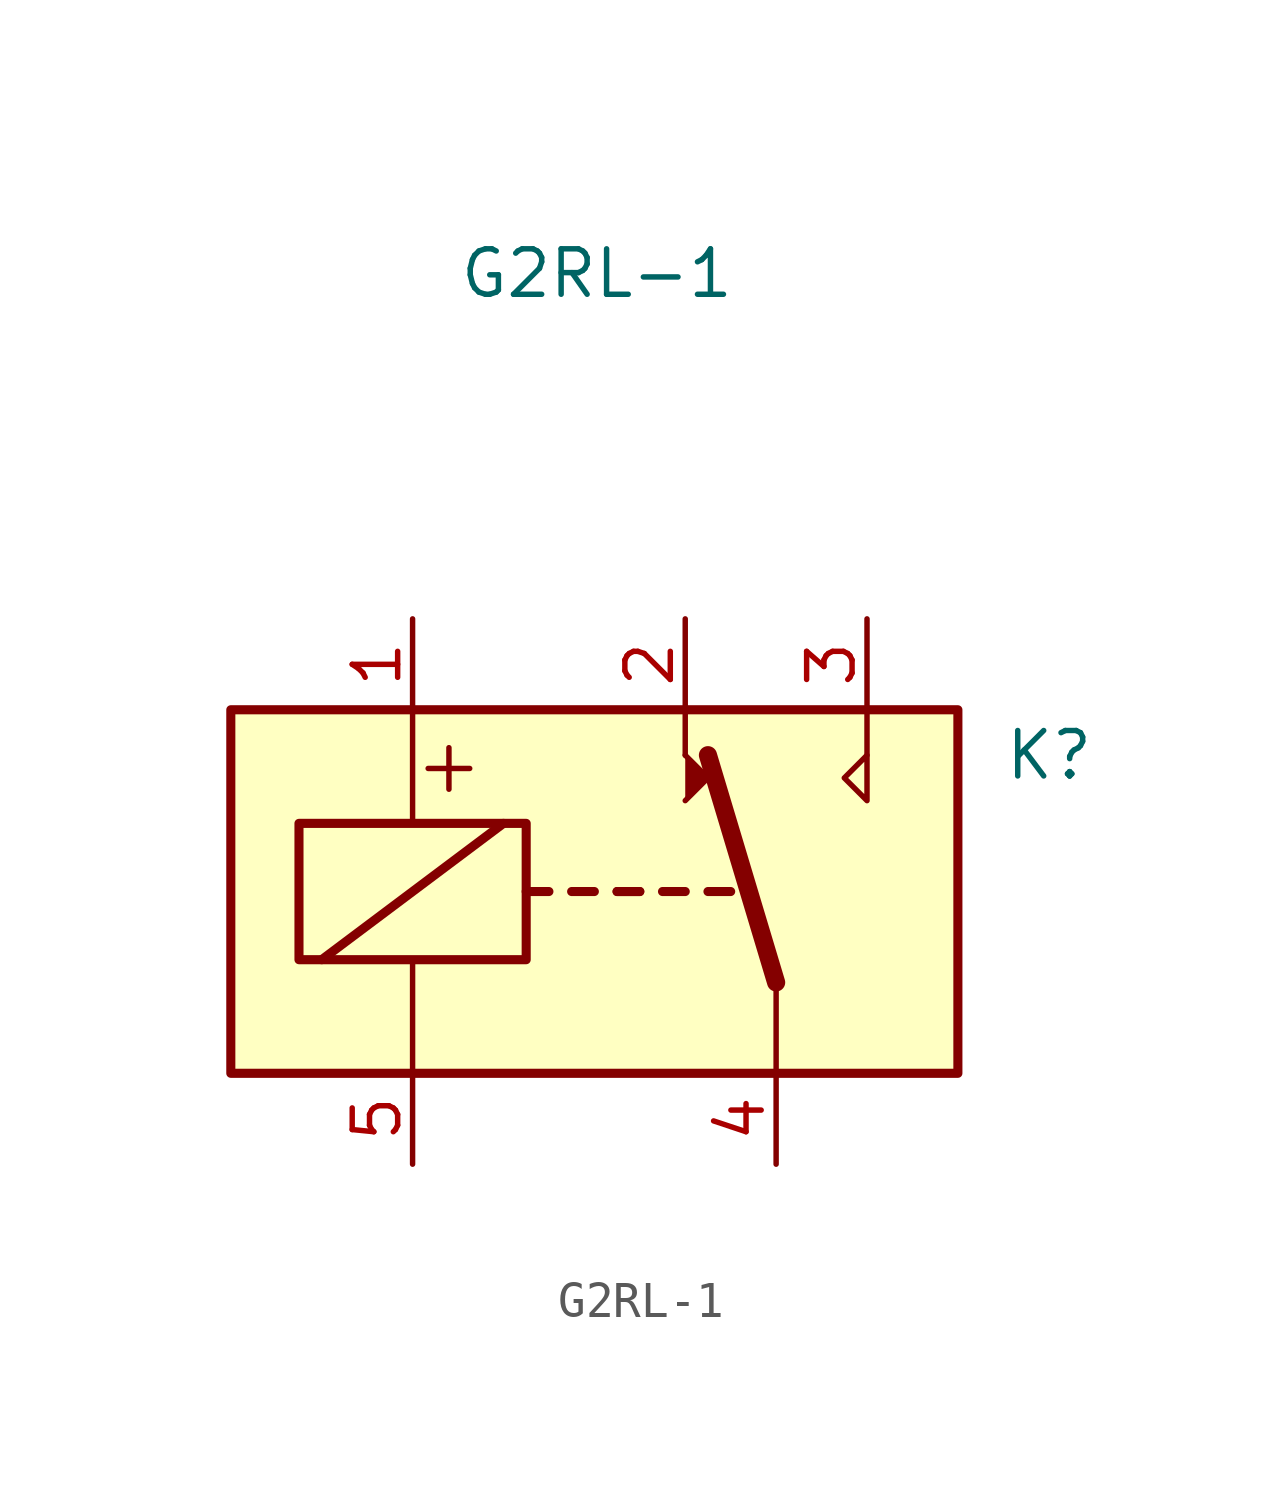
<source format=kicad_sym>
(kicad_symbol_lib
  (version 20220914)
  (generator kicad_symbol_editor)
  (symbol "G2RL-1"
    (pin_names
      (offset 1.016))
    (property "Reference" "K"
      (at 11.43 3.81 0)
      (effects (font (size 1.27 1.27)) (justify left)))
    (property "Value" "G2RL-1"
      (at -3.81 17.272 0)
      (effects (font (size 1.27 1.27)) (justify left)))
    (symbol "G2RL-1_0_0"
      (polyline (pts (xy 2.54 3.81) (xy 2.54 5.08)) (stroke (width 0) (type default)) (fill (type none)))
      (polyline (pts (xy 7.62 3.81) (xy 7.62 5.08)) (stroke (width 0) (type default)) (fill (type none)))
      (polyline (pts (xy 7.62 3.81) (xy 7.62 2.54) (xy 6.985 3.175) (xy 7.62 3.81)) (stroke (width 0) (type default)) (fill (type none)))
      (text "+" (at -4.064 3.556 0) (effects (font (size 1.524 1.524)))))
    (symbol "G2RL-1_0_1"
      (rectangle (start -10.16 5.08) (end 10.16 -5.08) (stroke (width 0.254) (type default)) (fill (type background)))
      (rectangle (start -8.255 1.905) (end -1.905 -1.905) (stroke (width 0.254) (type default)) (fill (type none)))
      (polyline (pts (xy -7.62 -1.905) (xy -2.54 1.905)) (stroke (width 0.254) (type default)) (fill (type none)))
      (polyline (pts (xy -5.08 -5.08) (xy -5.08 -1.905)) (stroke (width 0) (type default)) (fill (type none)))
      (polyline (pts (xy -5.08 5.08) (xy -5.08 1.905)) (stroke (width 0) (type default)) (fill (type none)))
      (polyline (pts (xy -1.905 0) (xy -1.27 0)) (stroke (width 0.254) (type default)) (fill (type none)))
      (polyline (pts (xy -0.635 0) (xy 0 0)) (stroke (width 0.254) (type default)) (fill (type none)))
      (polyline (pts (xy 0.635 0) (xy 1.27 0)) (stroke (width 0.254) (type default)) (fill (type none)))
      (polyline (pts (xy 0.635 0) (xy 1.27 0)) (stroke (width 0.254) (type default)) (fill (type none)))
      (polyline (pts (xy 1.905 0) (xy 2.54 0)) (stroke (width 0.254) (type default)) (fill (type none)))
      (polyline (pts (xy 3.175 0) (xy 3.81 0)) (stroke (width 0.254) (type default)) (fill (type none)))
      (polyline (pts (xy 5.08 -2.54) (xy 3.175 3.81)) (stroke (width 0.508) (type default)) (fill (type none)))
      (polyline (pts (xy 5.08 -2.54) (xy 5.08 -5.08)) (stroke (width 0) (type default)) (fill (type none)))
      (polyline (pts (xy 2.54 2.54) (xy 3.175 3.175) (xy 2.54 3.81)) (stroke (width 0) (type default)) (fill (type outline))))
    (symbol "G2RL-1_1_1"
      (pin passive line (at -5.08 7.62 270) (length 2.54) (name "~" (effects (font (size 1.27 1.27)))) (number "1" (effects (font (size 1.27 1.27)))))
      (pin passive line (at 2.54 7.62 270) (length 2.54) (name "~" (effects (font (size 1.27 1.27)))) (number "2" (effects (font (size 1.27 1.27)))))
      (pin passive line (at 7.62 7.62 270) (length 2.54) (name "~" (effects (font (size 1.27 1.27)))) (number "3" (effects (font (size 1.27 1.27)))))
      (pin passive line (at 5.08 -7.62 90) (length 2.54) (name "~" (effects (font (size 1.27 1.27)))) (number "4" (effects (font (size 1.27 1.27)))))
      (pin passive line (at -5.08 -7.62 90) (length 2.54) (name "~" (effects (font (size 1.27 1.27)))) (number "5" (effects (font (size 1.27 1.27))))))))
</source>
